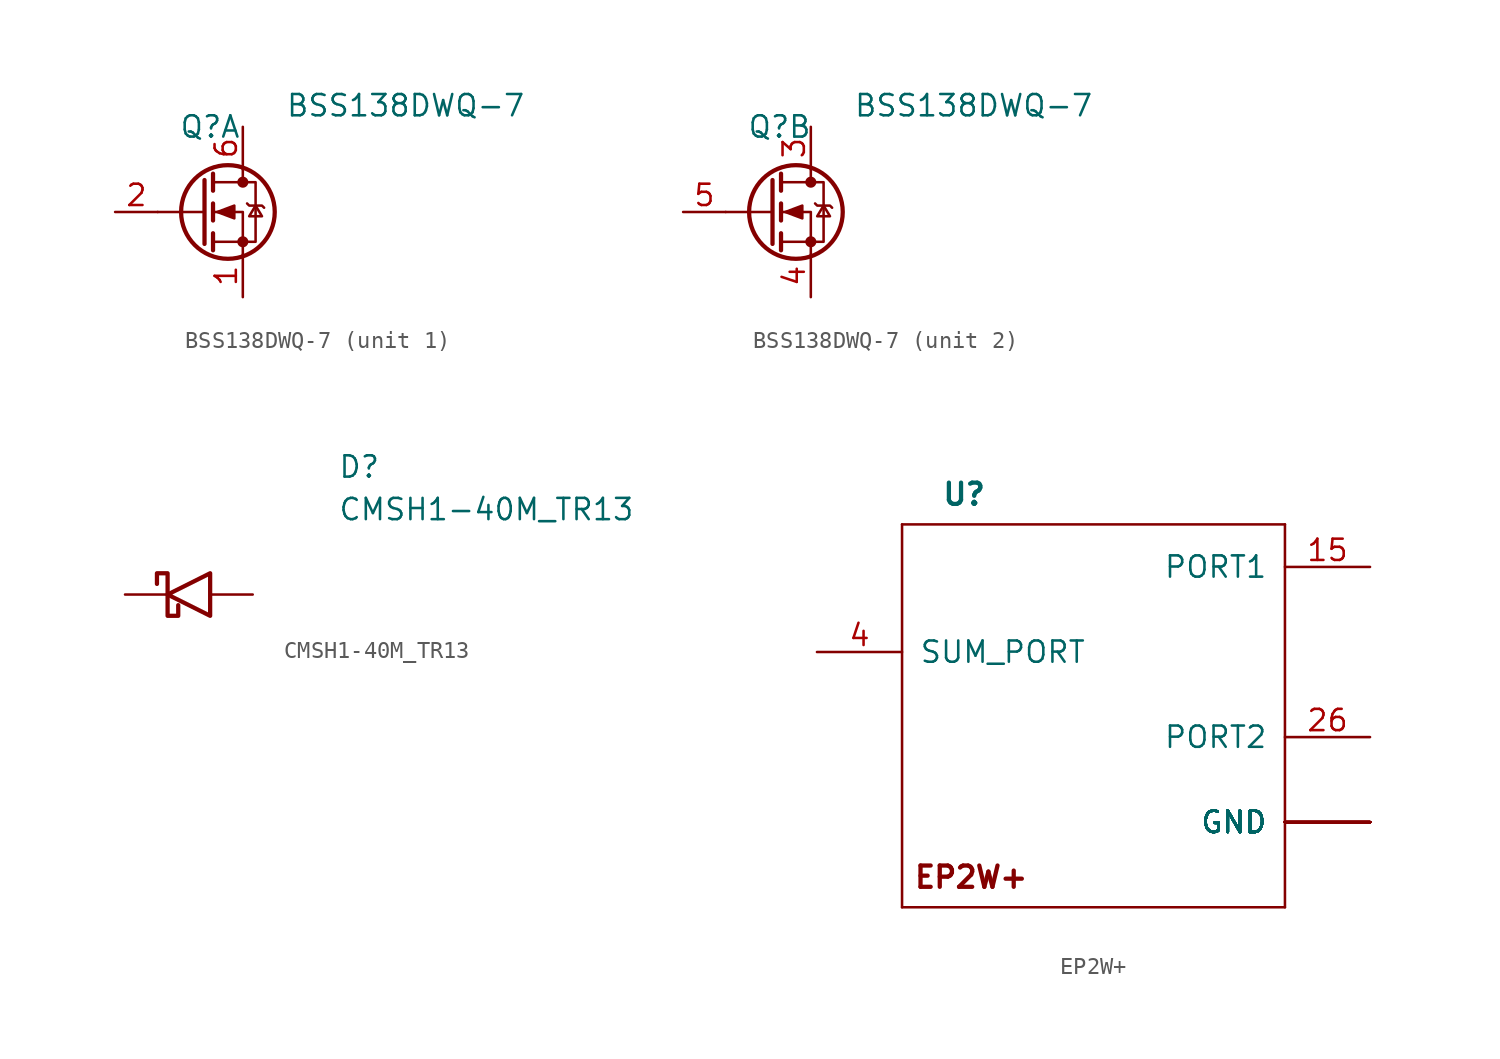
<source format=kicad_sym>
(kicad_symbol_lib
  (version 20220914)
  (generator kicad_symbol_editor)
  (symbol "BSS138DWQ-7"
    (pin_names
      (offset 0.762) hide)
    (property "Reference" "Q"
      (at -2.54 5.08 0)
      (effects (font (size 1.27 1.27)) (justify left)))
    (property "Value" "BSS138DWQ-7"
      (at 3.81 6.35 0)
      (effects (font (size 1.27 1.27)) (justify left)))
    (property "ki_locked" ""
      (at 0 0 0)
      (effects (font (size 1.27 1.27))))
    (symbol "BSS138DWQ-7_1_1"
      (polyline (pts (xy -1.016 0) (xy -3.81 0)) (stroke (width 0) (type default)) (fill (type none)))
      (polyline (pts (xy -1.016 1.905) (xy -1.016 -1.905)) (stroke (width 0.254) (type default)) (fill (type none)))
      (polyline (pts (xy -0.508 -1.27) (xy -0.508 -2.286)) (stroke (width 0.254) (type default)) (fill (type none)))
      (polyline (pts (xy -0.508 0.508) (xy -0.508 -0.508)) (stroke (width 0.254) (type default)) (fill (type none)))
      (polyline (pts (xy -0.508 2.286) (xy -0.508 1.27)) (stroke (width 0.254) (type default)) (fill (type none)))
      (polyline (pts (xy 1.27 2.54) (xy 1.27 1.778)) (stroke (width 0) (type default)) (fill (type none)))
      (polyline (pts (xy 1.27 -2.54) (xy 1.27 0) (xy -0.508 0)) (stroke (width 0) (type default)) (fill (type none)))
      (polyline (pts (xy -0.508 -1.778) (xy 2.032 -1.778) (xy 2.032 1.778) (xy -0.508 1.778)) (stroke (width 0) (type default)) (fill (type none)))
      (polyline (pts (xy -0.254 0) (xy 0.762 0.381) (xy 0.762 -0.381) (xy -0.254 0)) (stroke (width 0) (type default)) (fill (type outline)))
      (polyline (pts (xy 1.524 0.508) (xy 1.651 0.381) (xy 2.413 0.381) (xy 2.54 0.254)) (stroke (width 0) (type default)) (fill (type none)))
      (polyline (pts (xy 2.032 0.381) (xy 1.651 -0.254) (xy 2.413 -0.254) (xy 2.032 0.381)) (stroke (width 0) (type default)) (fill (type none)))
      (circle (center 0.381 0) (radius 2.794) (stroke (width 0.254) (type default)) (fill (type none)))
      (circle (center 1.27 -1.778) (radius 0.254) (stroke (width 0) (type default)) (fill (type outline)))
      (circle (center 1.27 1.778) (radius 0.254) (stroke (width 0) (type default)) (fill (type outline)))
      (pin passive line (at 1.27 -5.08 90) (length 2.54) (name "S2" (effects (font (size 1.27 1.27)))) (number "1" (effects (font (size 1.27 1.27)))))
      (pin input line (at -6.35 0 0) (length 2.54) (name "G2" (effects (font (size 1.27 1.27)))) (number "2" (effects (font (size 1.27 1.27)))))
      (pin passive line (at 1.27 5.08 270) (length 2.54) (name "D1" (effects (font (size 1.27 1.27)))) (number "6" (effects (font (size 1.27 1.27))))))
    (symbol "BSS138DWQ-7_2_1"
      (polyline (pts (xy -1.016 0) (xy -3.81 0)) (stroke (width 0) (type default)) (fill (type none)))
      (polyline (pts (xy -1.016 1.905) (xy -1.016 -1.905)) (stroke (width 0.254) (type default)) (fill (type none)))
      (polyline (pts (xy -0.508 -1.27) (xy -0.508 -2.286)) (stroke (width 0.254) (type default)) (fill (type none)))
      (polyline (pts (xy -0.508 0.508) (xy -0.508 -0.508)) (stroke (width 0.254) (type default)) (fill (type none)))
      (polyline (pts (xy -0.508 2.286) (xy -0.508 1.27)) (stroke (width 0.254) (type default)) (fill (type none)))
      (polyline (pts (xy 1.27 2.54) (xy 1.27 1.778)) (stroke (width 0) (type default)) (fill (type none)))
      (polyline (pts (xy 1.27 -2.54) (xy 1.27 0) (xy -0.508 0)) (stroke (width 0) (type default)) (fill (type none)))
      (polyline (pts (xy -0.508 -1.778) (xy 2.032 -1.778) (xy 2.032 1.778) (xy -0.508 1.778)) (stroke (width 0) (type default)) (fill (type none)))
      (polyline (pts (xy -0.254 0) (xy 0.762 0.381) (xy 0.762 -0.381) (xy -0.254 0)) (stroke (width 0) (type default)) (fill (type outline)))
      (polyline (pts (xy 1.524 0.508) (xy 1.651 0.381) (xy 2.413 0.381) (xy 2.54 0.254)) (stroke (width 0) (type default)) (fill (type none)))
      (polyline (pts (xy 2.032 0.381) (xy 1.651 -0.254) (xy 2.413 -0.254) (xy 2.032 0.381)) (stroke (width 0) (type default)) (fill (type none)))
      (circle (center 0.381 0) (radius 2.794) (stroke (width 0.254) (type default)) (fill (type none)))
      (circle (center 1.27 -1.778) (radius 0.254) (stroke (width 0) (type default)) (fill (type outline)))
      (circle (center 1.27 1.778) (radius 0.254) (stroke (width 0) (type default)) (fill (type outline)))
      (pin passive line (at 1.27 5.08 270) (length 2.54) (name "D2" (effects (font (size 1.27 1.27)))) (number "3" (effects (font (size 1.27 1.27)))))
      (pin passive line (at 1.27 -5.08 90) (length 2.54) (name "S1" (effects (font (size 1.27 1.27)))) (number "4" (effects (font (size 1.27 1.27)))))
      (pin input line (at -6.35 0 0) (length 2.54) (name "G1" (effects (font (size 1.27 1.27)))) (number "5" (effects (font (size 1.27 1.27)))))))
  (symbol "CMSH1-40M_TR13"
    (pin_names
      (offset 0.762))
    (property "Reference" "D"
      (at 12.7 8.89 0)
      (effects (font (size 1.27 1.27)) (justify left)))
    (property "Value" "CMSH1-40M_TR13"
      (at 12.7 6.35 0)
      (effects (font (size 1.27 1.27)) (justify left)))
    (symbol "CMSH1-40M_TR13_0_1"
      (polyline (pts (xy 5.08 2.54) (xy 5.08 0) (xy 2.54 1.27) (xy 5.08 2.54)) (stroke (width 0.254) (type default)) (fill (type none)))
      (polyline (pts (xy 1.905 1.905) (xy 1.905 2.54) (xy 2.54 2.54) (xy 2.54 0) (xy 3.175 0) (xy 3.175 0.635)) (stroke (width 0.254) (type default)) (fill (type none))))
    (symbol "CMSH1-40M_TR13_1_1"
      (pin passive line (at 0 1.27 0) (length 2.54) (name "" (effects (font (size 1.27 1.27)))) (number "" (effects (font (size 1.27 1.27)))))
      (pin passive line (at 7.62 1.27 180) (length 2.54) (name "" (effects (font (size 1.27 1.27)))) (number "" (effects (font (size 1.27 1.27)))))))
  (symbol "EP2W+"
    (pin_names
      (offset 1.016))
    (property "Reference" "U"
      (at -7.62 10.16 0)
      (effects (font (size 1.27 1.27) bold) (justify right top)))
    (symbol "EP2W+_1_0"
      (polyline (pts (xy -12.7 -15.24) (xy -12.7 7.62)) (stroke (width 0) (type default)) (fill (type none)))
      (polyline (pts (xy -12.7 7.62) (xy 10.16 7.62)) (stroke (width 0) (type default)) (fill (type none)))
      (polyline (pts (xy 10.16 -15.24) (xy -12.7 -15.24)) (stroke (width 0) (type default)) (fill (type none)))
      (polyline (pts (xy 10.16 7.62) (xy 10.16 -15.24)) (stroke (width 0) (type default)) (fill (type none)))
      (text "EP2W+" (at -5.08 -12.7 0) (effects (font (size 1.27 1.27) bold) (justify right top)))
      (pin bidirectional line (at 15.24 -10.16 180) (length 5.08) (name "GND" (effects (font (size 1.27 1.27)))) (number "1" (effects (font (size 0 0)))))
      (pin bidirectional line (at 15.24 -10.16 180) (length 5.08) (name "GND" (effects (font (size 1.27 1.27)))) (number "10" (effects (font (size 0 0)))))
      (pin bidirectional line (at 15.24 -10.16 180) (length 5.08) (name "GND" (effects (font (size 1.27 1.27)))) (number "11" (effects (font (size 0 0)))))
      (pin bidirectional line (at 15.24 -10.16 180) (length 5.08) (name "GND" (effects (font (size 1.27 1.27)))) (number "12" (effects (font (size 0 0)))))
      (pin bidirectional line (at 15.24 -10.16 180) (length 5.08) (name "GND" (effects (font (size 1.27 1.27)))) (number "13" (effects (font (size 0 0)))))
      (pin bidirectional line (at 15.24 -10.16 180) (length 5.08) (name "GND" (effects (font (size 1.27 1.27)))) (number "14" (effects (font (size 0 0)))))
      (pin bidirectional line (at 15.24 5.08 180) (length 5.08) (name "PORT1" (effects (font (size 1.27 1.27)))) (number "15" (effects (font (size 1.27 1.27)))))
      (pin bidirectional line (at 15.24 -10.16 180) (length 5.08) (name "GND" (effects (font (size 1.27 1.27)))) (number "16" (effects (font (size 0 0)))))
      (pin bidirectional line (at 15.24 -10.16 180) (length 5.08) (name "GND" (effects (font (size 1.27 1.27)))) (number "17" (effects (font (size 0 0)))))
      (pin bidirectional line (at 15.24 -10.16 180) (length 5.08) (name "GND" (effects (font (size 1.27 1.27)))) (number "18" (effects (font (size 0 0)))))
      (pin bidirectional line (at 15.24 -10.16 180) (length 5.08) (name "GND" (effects (font (size 1.27 1.27)))) (number "19" (effects (font (size 0 0)))))
      (pin bidirectional line (at 15.24 -10.16 180) (length 5.08) (name "GND" (effects (font (size 1.27 1.27)))) (number "2" (effects (font (size 0 0)))))
      (pin bidirectional line (at 15.24 -10.16 180) (length 5.08) (name "GND" (effects (font (size 1.27 1.27)))) (number "20" (effects (font (size 0 0)))))
      (pin bidirectional line (at 15.24 -10.16 180) (length 5.08) (name "GND" (effects (font (size 1.27 1.27)))) (number "21" (effects (font (size 0 0)))))
      (pin bidirectional line (at 15.24 -10.16 180) (length 5.08) (name "GND" (effects (font (size 1.27 1.27)))) (number "22" (effects (font (size 0 0)))))
      (pin bidirectional line (at 15.24 -10.16 180) (length 5.08) (name "GND" (effects (font (size 1.27 1.27)))) (number "23" (effects (font (size 0 0)))))
      (pin bidirectional line (at 15.24 -10.16 180) (length 5.08) (name "GND" (effects (font (size 1.27 1.27)))) (number "24" (effects (font (size 0 0)))))
      (pin bidirectional line (at 15.24 -10.16 180) (length 5.08) (name "GND" (effects (font (size 1.27 1.27)))) (number "25" (effects (font (size 0 0)))))
      (pin bidirectional line (at 15.24 -5.08 180) (length 5.08) (name "PORT2" (effects (font (size 1.27 1.27)))) (number "26" (effects (font (size 1.27 1.27)))))
      (pin bidirectional line (at 15.24 -10.16 180) (length 5.08) (name "GND" (effects (font (size 1.27 1.27)))) (number "27" (effects (font (size 0 0)))))
      (pin bidirectional line (at 15.24 -10.16 180) (length 5.08) (name "GND" (effects (font (size 1.27 1.27)))) (number "28" (effects (font (size 0 0)))))
      (pin bidirectional line (at 15.24 -10.16 180) (length 5.08) (name "GND" (effects (font (size 1.27 1.27)))) (number "29" (effects (font (size 0 0)))))
      (pin bidirectional line (at 15.24 -10.16 180) (length 5.08) (name "GND" (effects (font (size 1.27 1.27)))) (number "3" (effects (font (size 0 0)))))
      (pin bidirectional line (at 15.24 -10.16 180) (length 5.08) (name "GND" (effects (font (size 1.27 1.27)))) (number "30" (effects (font (size 0 0)))))
      (pin bidirectional line (at 15.24 -10.16 180) (length 5.08) (name "GND" (effects (font (size 1.27 1.27)))) (number "31" (effects (font (size 0 0)))))
      (pin bidirectional line (at 15.24 -10.16 180) (length 5.08) (name "GND" (effects (font (size 1.27 1.27)))) (number "32" (effects (font (size 0 0)))))
      (pin bidirectional line (at -17.78 0 0) (length 5.08) (name "SUM_PORT" (effects (font (size 1.27 1.27)))) (number "4" (effects (font (size 1.27 1.27)))))
      (pin bidirectional line (at 15.24 -10.16 180) (length 5.08) (name "GND" (effects (font (size 1.27 1.27)))) (number "5" (effects (font (size 0 0)))))
      (pin bidirectional line (at 15.24 -10.16 180) (length 5.08) (name "GND" (effects (font (size 1.27 1.27)))) (number "6" (effects (font (size 0 0)))))
      (pin bidirectional line (at 15.24 -10.16 180) (length 5.08) (name "GND" (effects (font (size 1.27 1.27)))) (number "7" (effects (font (size 0 0)))))
      (pin bidirectional line (at 15.24 -10.16 180) (length 5.08) (name "GND" (effects (font (size 1.27 1.27)))) (number "8" (effects (font (size 0 0)))))
      (pin bidirectional line (at 15.24 -10.16 180) (length 5.08) (name "GND" (effects (font (size 1.27 1.27)))) (number "9" (effects (font (size 0 0)))))
      (pin bidirectional line (at 15.24 -10.16 180) (length 5.08) (name "GND" (effects (font (size 1.27 1.27)))) (number "EP" (effects (font (size 0 0))))))))
</source>
